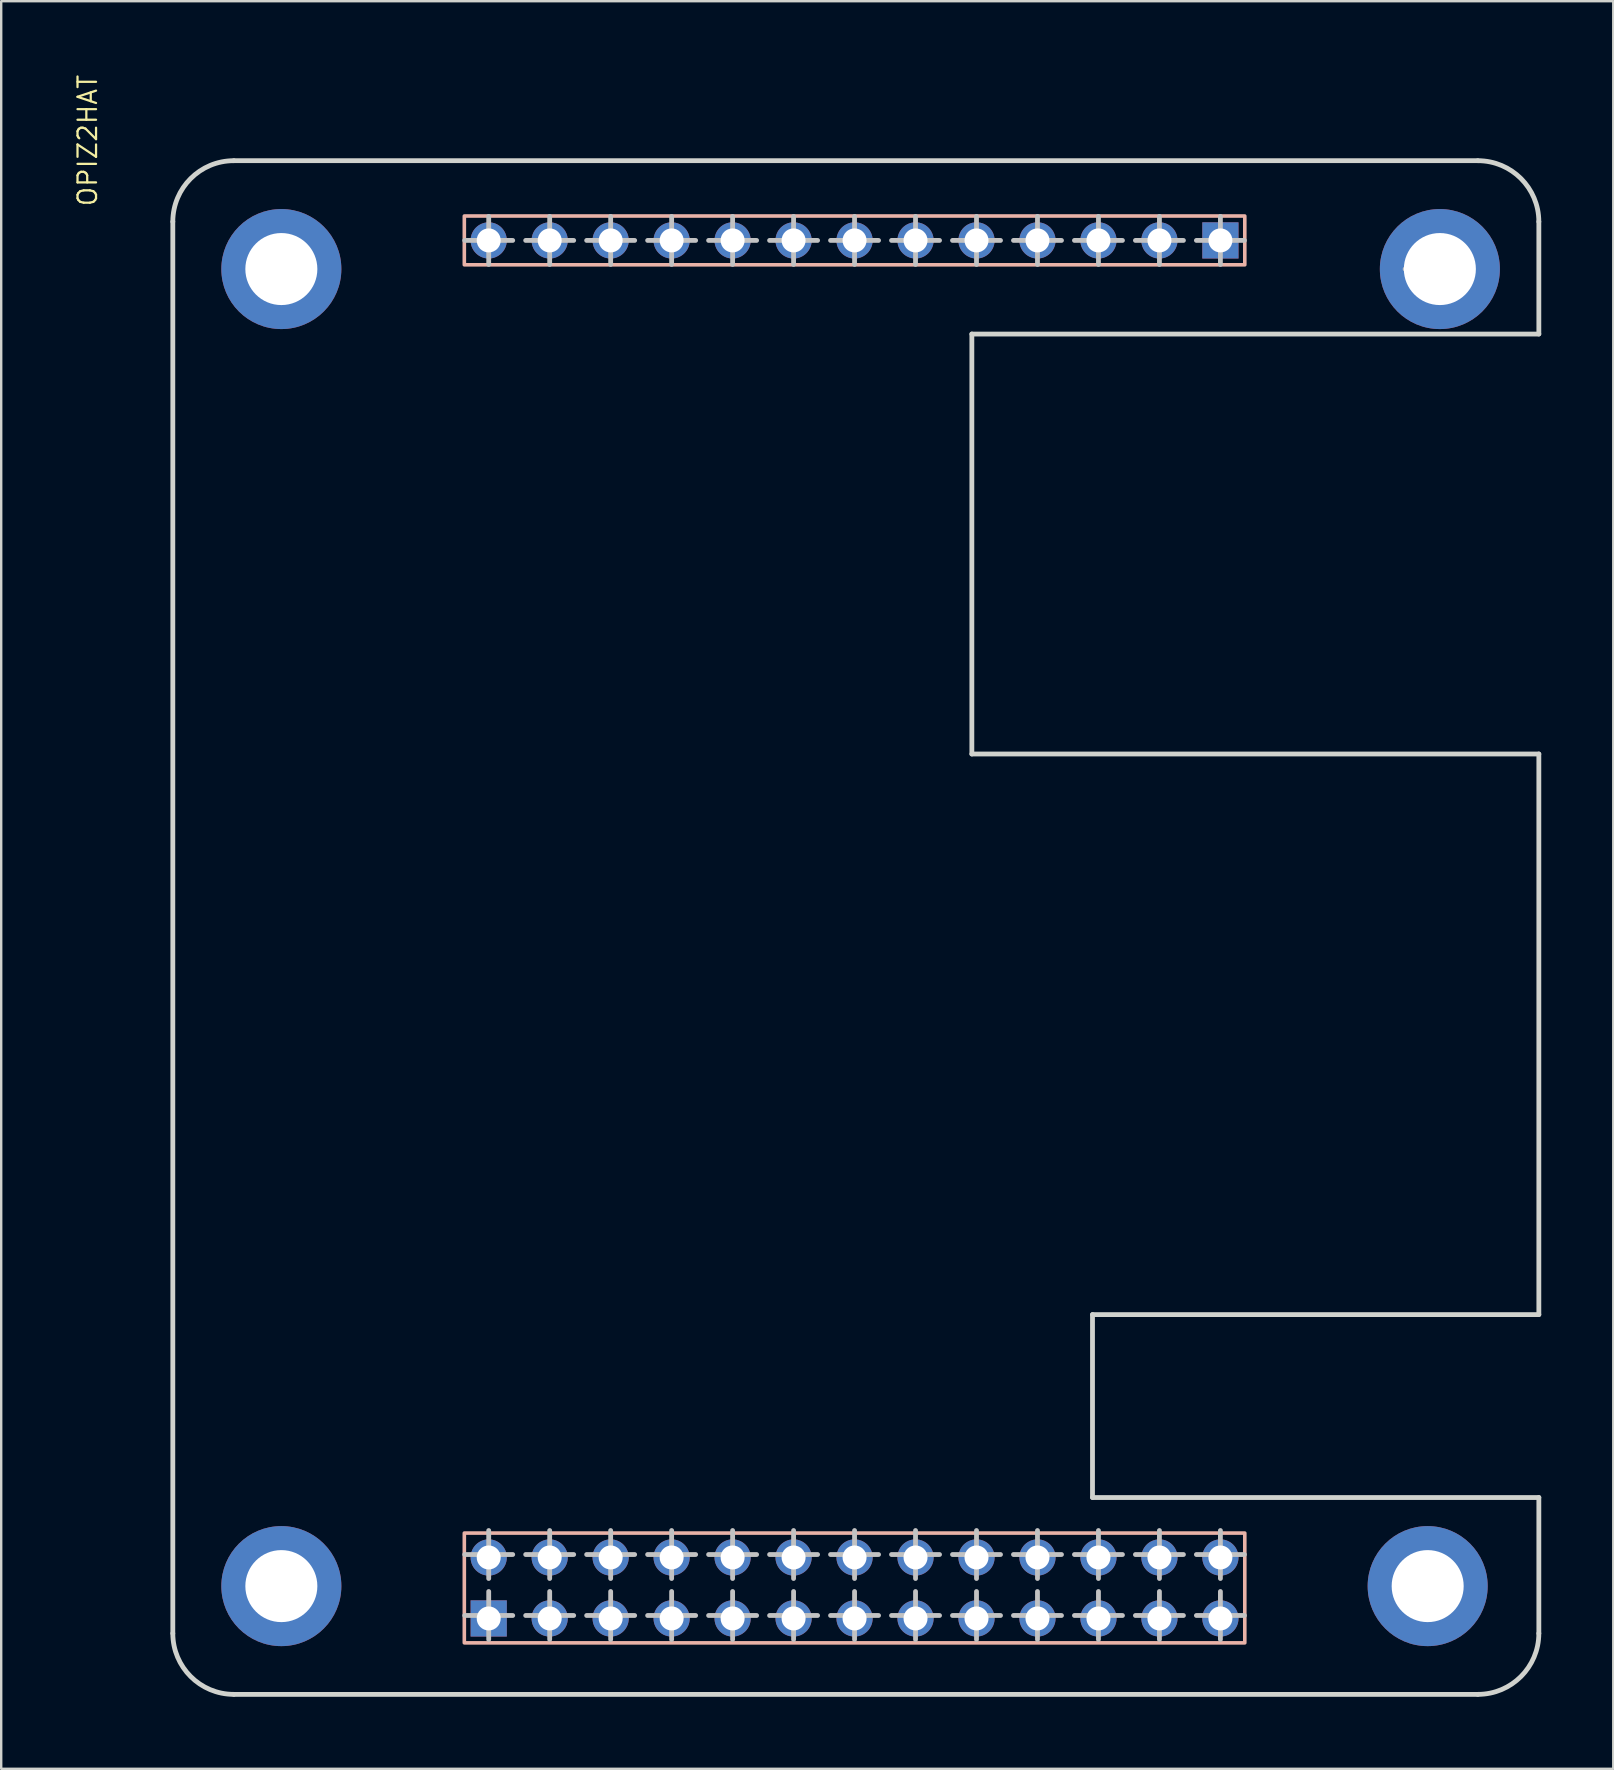
<source format=kicad_pcb>
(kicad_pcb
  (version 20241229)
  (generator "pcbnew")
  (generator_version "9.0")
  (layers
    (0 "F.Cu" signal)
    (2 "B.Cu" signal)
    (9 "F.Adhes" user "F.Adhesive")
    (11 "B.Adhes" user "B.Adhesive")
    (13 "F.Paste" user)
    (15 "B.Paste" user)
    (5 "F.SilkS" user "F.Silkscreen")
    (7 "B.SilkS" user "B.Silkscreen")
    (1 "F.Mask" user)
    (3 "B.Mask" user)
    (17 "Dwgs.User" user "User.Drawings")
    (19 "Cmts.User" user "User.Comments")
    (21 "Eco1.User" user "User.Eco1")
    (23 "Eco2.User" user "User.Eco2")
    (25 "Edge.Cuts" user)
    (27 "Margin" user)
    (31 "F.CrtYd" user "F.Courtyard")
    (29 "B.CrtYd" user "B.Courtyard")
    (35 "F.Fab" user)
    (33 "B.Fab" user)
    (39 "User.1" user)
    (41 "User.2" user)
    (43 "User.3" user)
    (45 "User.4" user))
  (footprint "OPIZ2HAT"
    (layer "F.Cu")
    (at 8.67 8.142)
    (property "Reference" "OPIZ2HAT" (at -7.62 -2.54 90) (layer "F.SilkS") (effects (font (size 0.772 0.772) (thickness 0.093)) (justify left bottom)))
    (attr through_hole)
    (fp_rect (start 7.622 -2.193) (end 40.134 -0.161) (stroke (width 0.15) (type solid)) (fill no) (layer "B.SilkS"))
    (fp_rect (start 7.622 52.671) (end 40.134 57.243) (stroke (width 0.15) (type solid)) (fill no) (layer "B.SilkS"))
    (fp_line (start -1 0.016) (end 1 0.016) (stroke (width 0.2) (type solid)) (layer "Dwgs.User"))
    (fp_line (start -1 54.908) (end 1 54.908) (stroke (width 0.2) (type solid)) (layer "Dwgs.User"))
    (fp_line (start 0 -0.984) (end 0 1.016) (stroke (width 0.2) (type solid)) (layer "Dwgs.User"))
    (fp_line (start 0 53.908) (end 0 55.908) (stroke (width 0.2) (type solid)) (layer "Dwgs.User"))
    (fp_line (start 7.638 -1.177) (end 9.638 -1.177) (stroke (width 0.2) (type solid)) (layer "Dwgs.User"))
    (fp_line (start 7.638 53.564) (end 9.638 53.564) (stroke (width 0.2) (type solid)) (layer "Dwgs.User"))
    (fp_line (start 7.638 56.104) (end 9.638 56.104) (stroke (width 0.2) (type solid)) (layer "Dwgs.User"))
    (fp_line (start 8.638 -2.177) (end 8.638 -0.177) (stroke (width 0.2) (type solid)) (layer "Dwgs.User"))
    (fp_line (start 8.638 52.564) (end 8.638 54.564) (stroke (width 0.2) (type solid)) (layer "Dwgs.User"))
    (fp_line (start 8.638 55.104) (end 8.638 57.104) (stroke (width 0.2) (type solid)) (layer "Dwgs.User"))
    (fp_line (start 10.178 -1.177) (end 12.178 -1.177) (stroke (width 0.2) (type solid)) (layer "Dwgs.User"))
    (fp_line (start 10.178 53.564) (end 12.178 53.564) (stroke (width 0.2) (type solid)) (layer "Dwgs.User"))
    (fp_line (start 10.178 56.104) (end 12.178 56.104) (stroke (width 0.2) (type solid)) (layer "Dwgs.User"))
    (fp_line (start 11.178 -2.177) (end 11.178 -0.177) (stroke (width 0.2) (type solid)) (layer "Dwgs.User"))
    (fp_line (start 11.178 52.564) (end 11.178 54.564) (stroke (width 0.2) (type solid)) (layer "Dwgs.User"))
    (fp_line (start 11.178 55.104) (end 11.178 57.104) (stroke (width 0.2) (type solid)) (layer "Dwgs.User"))
    (fp_line (start 12.718 -1.177) (end 14.718 -1.177) (stroke (width 0.2) (type solid)) (layer "Dwgs.User"))
    (fp_line (start 12.718 53.564) (end 14.718 53.564) (stroke (width 0.2) (type solid)) (layer "Dwgs.User"))
    (fp_line (start 12.718 56.104) (end 14.718 56.104) (stroke (width 0.2) (type solid)) (layer "Dwgs.User"))
    (fp_line (start 13.718 -2.177) (end 13.718 -0.177) (stroke (width 0.2) (type solid)) (layer "Dwgs.User"))
    (fp_line (start 13.718 52.564) (end 13.718 54.564) (stroke (width 0.2) (type solid)) (layer "Dwgs.User"))
    (fp_line (start 13.718 55.104) (end 13.718 57.104) (stroke (width 0.2) (type solid)) (layer "Dwgs.User"))
    (fp_line (start 15.258 -1.177) (end 17.258 -1.177) (stroke (width 0.2) (type solid)) (layer "Dwgs.User"))
    (fp_line (start 15.258 53.564) (end 17.258 53.564) (stroke (width 0.2) (type solid)) (layer "Dwgs.User"))
    (fp_line (start 15.258 56.104) (end 17.258 56.104) (stroke (width 0.2) (type solid)) (layer "Dwgs.User"))
    (fp_line (start 16.258 -2.177) (end 16.258 -0.177) (stroke (width 0.2) (type solid)) (layer "Dwgs.User"))
    (fp_line (start 16.258 52.564) (end 16.258 54.564) (stroke (width 0.2) (type solid)) (layer "Dwgs.User"))
    (fp_line (start 16.258 55.104) (end 16.258 57.104) (stroke (width 0.2) (type solid)) (layer "Dwgs.User"))
    (fp_line (start 17.798 -1.177) (end 19.798 -1.177) (stroke (width 0.2) (type solid)) (layer "Dwgs.User"))
    (fp_line (start 17.798 53.564) (end 19.798 53.564) (stroke (width 0.2) (type solid)) (layer "Dwgs.User"))
    (fp_line (start 17.798 56.104) (end 19.798 56.104) (stroke (width 0.2) (type solid)) (layer "Dwgs.User"))
    (fp_line (start 18.798 -2.177) (end 18.798 -0.177) (stroke (width 0.2) (type solid)) (layer "Dwgs.User"))
    (fp_line (start 18.798 52.564) (end 18.798 54.564) (stroke (width 0.2) (type solid)) (layer "Dwgs.User"))
    (fp_line (start 18.798 55.104) (end 18.798 57.104) (stroke (width 0.2) (type solid)) (layer "Dwgs.User"))
    (fp_line (start 20.338 -1.177) (end 22.338 -1.177) (stroke (width 0.2) (type solid)) (layer "Dwgs.User"))
    (fp_line (start 20.338 53.564) (end 22.338 53.564) (stroke (width 0.2) (type solid)) (layer "Dwgs.User"))
    (fp_line (start 20.338 56.104) (end 22.338 56.104) (stroke (width 0.2) (type solid)) (layer "Dwgs.User"))
    (fp_line (start 21.338 -2.177) (end 21.338 -0.177) (stroke (width 0.2) (type solid)) (layer "Dwgs.User"))
    (fp_line (start 21.338 52.564) (end 21.338 54.564) (stroke (width 0.2) (type solid)) (layer "Dwgs.User"))
    (fp_line (start 21.338 55.104) (end 21.338 57.104) (stroke (width 0.2) (type solid)) (layer "Dwgs.User"))
    (fp_line (start 22.878 -1.177) (end 24.878 -1.177) (stroke (width 0.2) (type solid)) (layer "Dwgs.User"))
    (fp_line (start 22.878 53.564) (end 24.878 53.564) (stroke (width 0.2) (type solid)) (layer "Dwgs.User"))
    (fp_line (start 22.878 56.104) (end 24.878 56.104) (stroke (width 0.2) (type solid)) (layer "Dwgs.User"))
    (fp_line (start 23.878 -2.177) (end 23.878 -0.177) (stroke (width 0.2) (type solid)) (layer "Dwgs.User"))
    (fp_line (start 23.878 52.564) (end 23.878 54.564) (stroke (width 0.2) (type solid)) (layer "Dwgs.User"))
    (fp_line (start 23.878 55.104) (end 23.878 57.104) (stroke (width 0.2) (type solid)) (layer "Dwgs.User"))
    (fp_line (start 25.418 -1.177) (end 27.418 -1.177) (stroke (width 0.2) (type solid)) (layer "Dwgs.User"))
    (fp_line (start 25.418 53.564) (end 27.418 53.564) (stroke (width 0.2) (type solid)) (layer "Dwgs.User"))
    (fp_line (start 25.418 56.104) (end 27.418 56.104) (stroke (width 0.2) (type solid)) (layer "Dwgs.User"))
    (fp_line (start 26.418 -2.177) (end 26.418 -0.177) (stroke (width 0.2) (type solid)) (layer "Dwgs.User"))
    (fp_line (start 26.418 52.564) (end 26.418 54.564) (stroke (width 0.2) (type solid)) (layer "Dwgs.User"))
    (fp_line (start 26.418 55.104) (end 26.418 57.104) (stroke (width 0.2) (type solid)) (layer "Dwgs.User"))
    (fp_line (start 27.958 -1.177) (end 29.958 -1.177) (stroke (width 0.2) (type solid)) (layer "Dwgs.User"))
    (fp_line (start 27.958 53.564) (end 29.958 53.564) (stroke (width 0.2) (type solid)) (layer "Dwgs.User"))
    (fp_line (start 27.958 56.104) (end 29.958 56.104) (stroke (width 0.2) (type solid)) (layer "Dwgs.User"))
    (fp_line (start 28.958 -2.177) (end 28.958 -0.177) (stroke (width 0.2) (type solid)) (layer "Dwgs.User"))
    (fp_line (start 28.958 52.564) (end 28.958 54.564) (stroke (width 0.2) (type solid)) (layer "Dwgs.User"))
    (fp_line (start 28.958 55.104) (end 28.958 57.104) (stroke (width 0.2) (type solid)) (layer "Dwgs.User"))
    (fp_line (start 30.498 -1.177) (end 32.498 -1.177) (stroke (width 0.2) (type solid)) (layer "Dwgs.User"))
    (fp_line (start 30.498 53.564) (end 32.498 53.564) (stroke (width 0.2) (type solid)) (layer "Dwgs.User"))
    (fp_line (start 30.498 56.104) (end 32.498 56.104) (stroke (width 0.2) (type solid)) (layer "Dwgs.User"))
    (fp_line (start 31.498 -2.177) (end 31.498 -0.177) (stroke (width 0.2) (type solid)) (layer "Dwgs.User"))
    (fp_line (start 31.498 52.564) (end 31.498 54.564) (stroke (width 0.2) (type solid)) (layer "Dwgs.User"))
    (fp_line (start 31.498 55.104) (end 31.498 57.104) (stroke (width 0.2) (type solid)) (layer "Dwgs.User"))
    (fp_line (start 33.038 -1.177) (end 35.038 -1.177) (stroke (width 0.2) (type solid)) (layer "Dwgs.User"))
    (fp_line (start 33.038 53.564) (end 35.038 53.564) (stroke (width 0.2) (type solid)) (layer "Dwgs.User"))
    (fp_line (start 33.038 56.104) (end 35.038 56.104) (stroke (width 0.2) (type solid)) (layer "Dwgs.User"))
    (fp_line (start 34.038 -2.177) (end 34.038 -0.177) (stroke (width 0.2) (type solid)) (layer "Dwgs.User"))
    (fp_line (start 34.038 52.564) (end 34.038 54.564) (stroke (width 0.2) (type solid)) (layer "Dwgs.User"))
    (fp_line (start 34.038 55.104) (end 34.038 57.104) (stroke (width 0.2) (type solid)) (layer "Dwgs.User"))
    (fp_line (start 35.578 -1.177) (end 37.578 -1.177) (stroke (width 0.2) (type solid)) (layer "Dwgs.User"))
    (fp_line (start 35.578 53.564) (end 37.578 53.564) (stroke (width 0.2) (type solid)) (layer "Dwgs.User"))
    (fp_line (start 35.578 56.104) (end 37.578 56.104) (stroke (width 0.2) (type solid)) (layer "Dwgs.User"))
    (fp_line (start 36.578 -2.177) (end 36.578 -0.177) (stroke (width 0.2) (type solid)) (layer "Dwgs.User"))
    (fp_line (start 36.578 52.564) (end 36.578 54.564) (stroke (width 0.2) (type solid)) (layer "Dwgs.User"))
    (fp_line (start 36.578 55.104) (end 36.578 57.104) (stroke (width 0.2) (type solid)) (layer "Dwgs.User"))
    (fp_line (start 38.118 -1.177) (end 40.118 -1.177) (stroke (width 0.2) (type solid)) (layer "Dwgs.User"))
    (fp_line (start 38.118 53.564) (end 40.118 53.564) (stroke (width 0.2) (type solid)) (layer "Dwgs.User"))
    (fp_line (start 38.118 56.104) (end 40.118 56.104) (stroke (width 0.2) (type solid)) (layer "Dwgs.User"))
    (fp_line (start 39.118 -2.177) (end 39.118 -0.177) (stroke (width 0.2) (type solid)) (layer "Dwgs.User"))
    (fp_line (start 39.118 52.564) (end 39.118 54.564) (stroke (width 0.2) (type solid)) (layer "Dwgs.User"))
    (fp_line (start 39.118 55.104) (end 39.118 57.104) (stroke (width 0.2) (type solid)) (layer "Dwgs.User"))
    (fp_line (start 46.812 0.016) (end 48.812 0.016) (stroke (width 0.2) (type solid)) (layer "Dwgs.User"))
    (fp_line (start 46.812 54.908) (end 48.812 54.908) (stroke (width 0.2) (type solid)) (layer "Dwgs.User"))
    (fp_line (start 47.812 -0.984) (end 47.812 1.016) (stroke (width 0.2) (type solid)) (layer "Dwgs.User"))
    (fp_line (start 47.812 53.908) (end 47.812 55.908) (stroke (width 0.2) (type solid)) (layer "Dwgs.User"))
    (fp_line (start -4.521 -1.958) (end -4.521 56.85) (stroke (width 0.2) (type solid)) (layer "Edge.Cuts"))
    (fp_line (start -1.981 59.39) (end 49.843 59.39) (stroke (width 0.2) (type solid)) (layer "Edge.Cuts"))
    (fp_line (start 28.764 2.723) (end 28.764 20.217) (stroke (width 0.2) (type solid)) (layer "Edge.Cuts"))
    (fp_line (start 28.764 20.217) (end 52.383 20.217) (stroke (width 0.2) (type solid)) (layer "Edge.Cuts"))
    (fp_line (start 33.79 43.569) (end 52.383 43.569) (stroke (width 0.2) (type solid)) (layer "Edge.Cuts"))
    (fp_line (start 33.79 51.189) (end 33.79 43.569) (stroke (width 0.2) (type solid)) (layer "Edge.Cuts"))
    (fp_line (start 49.843 -4.498) (end -1.981 -4.498) (stroke (width 0.2) (type solid)) (layer "Edge.Cuts"))
    (fp_line (start 52.383 2.723) (end 28.764 2.723) (stroke (width 0.2) (type solid)) (layer "Edge.Cuts"))
    (fp_line (start 52.383 2.723) (end 52.383 -1.958) (stroke (width 0.2) (type solid)) (layer "Edge.Cuts"))
    (fp_line (start 52.383 43.569) (end 52.383 20.217) (stroke (width 0.2) (type solid)) (layer "Edge.Cuts"))
    (fp_line (start 52.383 51.189) (end 33.79 51.189) (stroke (width 0.2) (type solid)) (layer "Edge.Cuts"))
    (fp_line (start 52.383 56.85) (end 52.383 51.189) (stroke (width 0.2) (type solid)) (layer "Edge.Cuts"))
    (fp_arc (start -4.521204 -1.958092) (mid -3.777255 -3.754143) (end -1.981204 -4.498092) (stroke (width 0.2) (type solid)) (layer "Edge.Cuts"))
    (fp_arc (start -1.981204 59.389774) (mid -3.777255 58.645825) (end -4.521204 56.849774) (stroke (width 0.2) (type solid)) (layer "Edge.Cuts"))
    (fp_arc (start 49.842678 -4.498092) (mid 51.638741 -3.754151) (end 52.382678 -1.958092) (stroke (width 0.2) (type solid)) (layer "Edge.Cuts"))
    (fp_arc (start 52.382678 56.849774) (mid 51.638728 58.645825) (end 49.842678 59.389774) (stroke (width 0.2) (type solid)) (layer "Edge.Cuts"))
    (pad "" np_thru_hole circle (at 0 0.016) (size 5 5) (drill 3) (layers "*.Cu" "*.Mask"))
    (pad "" np_thru_hole circle (at 0 54.88) (size 5 5) (drill 3) (layers "*.Cu" "*.Mask"))
    (pad "" np_thru_hole circle (at 47.752 54.88) (size 5 5) (drill 3) (layers "*.Cu" "*.Mask"))
    (pad "" np_thru_hole circle (at 48.26 0.016) (size 5 5) (drill 3) (layers "*.Cu" "*.Mask"))
    (pad "1" thru_hole rect (at 8.638 56.227) (size 1.508 1.508) (drill 1) (layers "*.Cu" "*.Mask"))
    (pad "2" thru_hole circle (at 8.638 53.687) (size 1.508 1.508) (drill 1) (layers "*.Cu" "*.Mask"))
    (pad "3" thru_hole circle (at 11.178 56.227) (size 1.508 1.508) (drill 1) (layers "*.Cu" "*.Mask"))
    (pad "4" thru_hole circle (at 11.178 53.687) (size 1.508 1.508) (drill 1) (layers "*.Cu" "*.Mask"))
    (pad "5" thru_hole circle (at 13.718 56.227) (size 1.508 1.508) (drill 1) (layers "*.Cu" "*.Mask"))
    (pad "6" thru_hole circle (at 13.718 53.687) (size 1.508 1.508) (drill 1) (layers "*.Cu" "*.Mask"))
    (pad "7" thru_hole circle (at 16.258 56.227) (size 1.508 1.508) (drill 1) (layers "*.Cu" "*.Mask"))
    (pad "8" thru_hole circle (at 16.258 53.687) (size 1.508 1.508) (drill 1) (layers "*.Cu" "*.Mask"))
    (pad "9" thru_hole circle (at 18.798 56.227) (size 1.508 1.508) (drill 1) (layers "*.Cu" "*.Mask"))
    (pad "10" thru_hole circle (at 18.798 53.687) (size 1.508 1.508) (drill 1) (layers "*.Cu" "*.Mask"))
    (pad "11" thru_hole circle (at 21.338 56.227) (size 1.508 1.508) (drill 1) (layers "*.Cu" "*.Mask"))
    (pad "12" thru_hole circle (at 21.338 53.687) (size 1.508 1.508) (drill 1) (layers "*.Cu" "*.Mask"))
    (pad "13" thru_hole circle (at 23.878 56.227) (size 1.508 1.508) (drill 1) (layers "*.Cu" "*.Mask"))
    (pad "14" thru_hole circle (at 23.878 53.687) (size 1.508 1.508) (drill 1) (layers "*.Cu" "*.Mask"))
    (pad "15" thru_hole circle (at 26.418 56.227) (size 1.508 1.508) (drill 1) (layers "*.Cu" "*.Mask"))
    (pad "16" thru_hole circle (at 26.418 53.687) (size 1.508 1.508) (drill 1) (layers "*.Cu" "*.Mask"))
    (pad "17" thru_hole circle (at 28.958 56.227) (size 1.508 1.508) (drill 1) (layers "*.Cu" "*.Mask"))
    (pad "18" thru_hole circle (at 28.958 53.687) (size 1.508 1.508) (drill 1) (layers "*.Cu" "*.Mask"))
    (pad "19" thru_hole circle (at 31.498 56.227) (size 1.508 1.508) (drill 1) (layers "*.Cu" "*.Mask"))
    (pad "20" thru_hole circle (at 31.498 53.687) (size 1.508 1.508) (drill 1) (layers "*.Cu" "*.Mask"))
    (pad "21" thru_hole circle (at 34.038 56.227) (size 1.508 1.508) (drill 1) (layers "*.Cu" "*.Mask"))
    (pad "22" thru_hole circle (at 34.038 53.687) (size 1.508 1.508) (drill 1) (layers "*.Cu" "*.Mask"))
    (pad "23" thru_hole circle (at 36.578 56.227) (size 1.508 1.508) (drill 1) (layers "*.Cu" "*.Mask"))
    (pad "24" thru_hole circle (at 36.578 53.687) (size 1.508 1.508) (drill 1) (layers "*.Cu" "*.Mask"))
    (pad "25" thru_hole circle (at 39.118 56.227) (size 1.508 1.508) (drill 1) (layers "*.Cu" "*.Mask"))
    (pad "26" thru_hole circle (at 39.118 53.687) (size 1.508 1.508) (drill 1) (layers "*.Cu" "*.Mask"))
    (pad "27" thru_hole rect (at 39.118 -1.177) (size 1.508 1.508) (drill 1) (layers "*.Cu" "*.Mask"))
    (pad "28" thru_hole circle (at 36.578 -1.177) (size 1.508 1.508) (drill 1) (layers "*.Cu" "*.Mask"))
    (pad "29" thru_hole circle (at 34.038 -1.177) (size 1.508 1.508) (drill 1) (layers "*.Cu" "*.Mask"))
    (pad "30" thru_hole circle (at 31.498 -1.177) (size 1.508 1.508) (drill 1) (layers "*.Cu" "*.Mask"))
    (pad "31" thru_hole circle (at 28.958 -1.177) (size 1.508 1.508) (drill 1) (layers "*.Cu" "*.Mask"))
    (pad "32" thru_hole circle (at 26.418 -1.177) (size 1.508 1.508) (drill 1) (layers "*.Cu" "*.Mask"))
    (pad "33" thru_hole circle (at 23.878 -1.177) (size 1.508 1.508) (drill 1) (layers "*.Cu" "*.Mask"))
    (pad "34" thru_hole circle (at 21.338 -1.177) (size 1.508 1.508) (drill 1) (layers "*.Cu" "*.Mask"))
    (pad "35" thru_hole circle (at 18.798 -1.177) (size 1.508 1.508) (drill 1) (layers "*.Cu" "*.Mask"))
    (pad "36" thru_hole circle (at 16.258 -1.177) (size 1.508 1.508) (drill 1) (layers "*.Cu" "*.Mask"))
    (pad "37" thru_hole circle (at 13.718 -1.177) (size 1.508 1.508) (drill 1) (layers "*.Cu" "*.Mask"))
    (pad "38" thru_hole circle (at 11.178 -1.177) (size 1.508 1.508) (drill 1) (layers "*.Cu" "*.Mask"))
    (pad "39" thru_hole circle (at 8.638 -1.177) (size 1.508 1.508) (drill 1) (layers "*.Cu" "*.Mask")))
  (gr_rect
    (start -3 -3)
    (end 64.153 70.632)
    (stroke (width 0.1) (type default))
    (fill no)
    (layer "Edge.Cuts")))
</source>
